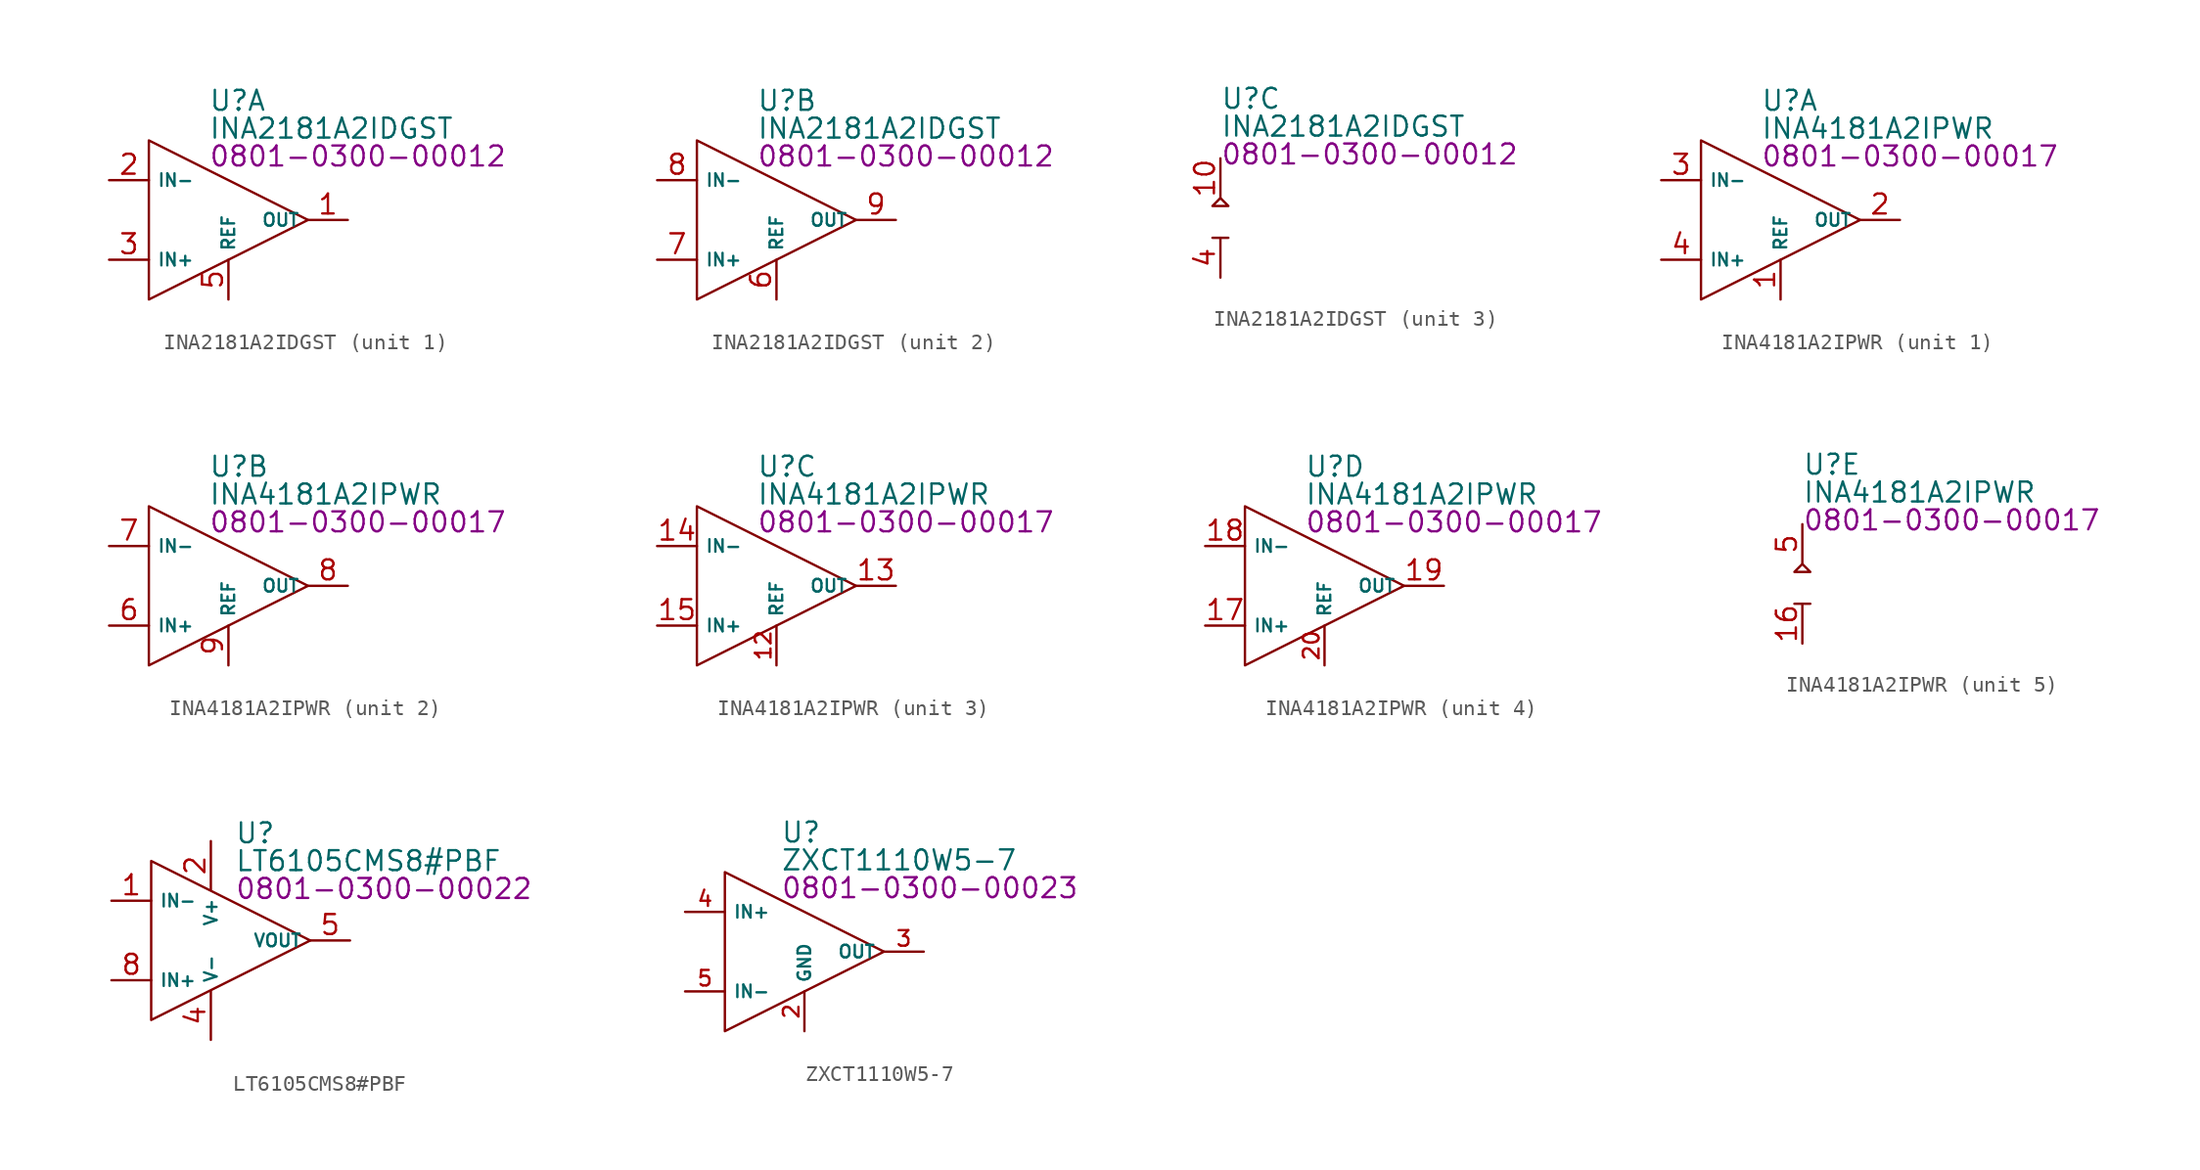
<source format=kicad_sym>
(kicad_symbol_lib
  (version 20231120)
  (generator "kicad_symbol_editor")
  (generator_version "8.0")
  (symbol "INA2181A2IDGST"
    (property "Reference" "U"
      (at 0 7.62 0)
      (effects (font (size 1.27 1.27)) (justify left)))
    (property "Value" "INA2181A2IDGST"
      (at 0 5.842 0)
      (effects (font (size 1.27 1.27)) (justify left)))
    (property "PartNumber" "0801-0300-00012"
      (at 0 4.064 0)
      (effects (font (size 1.27 1.27)) (justify left)))
    (property "ki_locked" ""
      (at 0 0 0)
      (effects (font (size 1.27 1.27))))
    (symbol "INA2181A2IDGST_1_0"
      (pin output line (at 8.89 0 180) (length 2.54) (name "OUT" (effects (font (size 0.8 0.8)))) (number "1" (effects (font (size 1.27 1.27)))))
      (pin input line (at -6.35 2.54 0) (length 2.54) (name "IN-" (effects (font (size 0.8 0.8)))) (number "2" (effects (font (size 1.27 1.27)))))
      (pin input line (at -6.35 -2.54 0) (length 2.54) (name "IN+" (effects (font (size 0.8 0.8)))) (number "3" (effects (font (size 1.27 1.27)))))
      (pin power_out line (at 1.27 -5.08 90) (length 2.54) (name "REF" (effects (font (size 0.8 0.8)))) (number "5" (effects (font (size 1.27 1.27))))))
    (symbol "INA2181A2IDGST_1_1"
      (polyline (pts (xy -3.81 5.08) (xy -3.81 -5.08) (xy 6.35 0) (xy -3.81 5.08)) (stroke (width 0) (type default)) (fill (type none))))
    (symbol "INA2181A2IDGST_2_0"
      (pin power_out line (at 1.27 -5.08 90) (length 2.54) (name "REF" (effects (font (size 0.8 0.8)))) (number "6" (effects (font (size 1.27 1.27)))))
      (pin input line (at -6.35 -2.54 0) (length 2.54) (name "IN+" (effects (font (size 0.8 0.8)))) (number "7" (effects (font (size 1.27 1.27)))))
      (pin input line (at -6.35 2.54 0) (length 2.54) (name "IN-" (effects (font (size 0.8 0.8)))) (number "8" (effects (font (size 1.27 1.27)))))
      (pin output line (at 8.89 0 180) (length 2.54) (name "OUT" (effects (font (size 0.8 0.8)))) (number "9" (effects (font (size 1.27 1.27))))))
    (symbol "INA2181A2IDGST_2_1"
      (polyline (pts (xy -3.81 5.08) (xy -3.81 -5.08) (xy 6.35 0) (xy -3.81 5.08)) (stroke (width 0) (type default)) (fill (type none))))
    (symbol "INA2181A2IDGST_3_0"
      (pin power_in line (at 0 3.81 270) (length 2.54) (name "~" (effects (font (size 1.27 1.27)))) (number "10" (effects (font (size 1.27 1.27)))))
      (pin power_in line (at 0 -3.81 90) (length 2.54) (name "~" (effects (font (size 1.27 1.27)))) (number "4" (effects (font (size 1.27 1.27))))))
    (symbol "INA2181A2IDGST_3_1"
      (polyline (pts (xy -0.508 -1.27) (xy 0.508 -1.27)) (stroke (width 0) (type default)) (fill (type none)))
      (polyline (pts (xy 0 1.27) (xy -0.508 0.762) (xy 0.508 0.762) (xy 0 1.27)) (stroke (width 0) (type default)) (fill (type none)))))
  (symbol "INA4181A2IPWR"
    (property "Reference" "U"
      (at 0 7.62 0)
      (effects (font (size 1.27 1.27)) (justify left)))
    (property "Value" "INA4181A2IPWR"
      (at 0 5.842 0)
      (effects (font (size 1.27 1.27)) (justify left)))
    (property "PartNumber" "0801-0300-00017"
      (at 0 4.064 0)
      (effects (font (size 1.27 1.27)) (justify left)))
    (property "ki_locked" ""
      (at 0 0 0)
      (effects (font (size 1.27 1.27))))
    (symbol "INA4181A2IPWR_0_0"
      (pin no_connect line (at -1.27 0 180) (length 2.54) hide (name "NC" (effects (font (size 1.27 1.27)))) (number "10" (effects (font (size 1.27 1.27)))))
      (pin no_connect line (at -1.27 0 180) (length 2.54) hide (name "NC" (effects (font (size 1.27 1.27)))) (number "11" (effects (font (size 1.27 1.27))))))
    (symbol "INA4181A2IPWR_1_0"
      (pin power_out line (at 1.27 -5.08 90) (length 2.54) (name "REF" (effects (font (size 0.8 0.8)))) (number "1" (effects (font (size 1.27 1.27)))))
      (pin output line (at 8.89 0 180) (length 2.54) (name "OUT" (effects (font (size 0.8 0.8)))) (number "2" (effects (font (size 1.27 1.27)))))
      (pin input line (at -6.35 2.54 0) (length 2.54) (name "IN-" (effects (font (size 0.8 0.8)))) (number "3" (effects (font (size 1.27 1.27)))))
      (pin input line (at -6.35 -2.54 0) (length 2.54) (name "IN+" (effects (font (size 0.8 0.8)))) (number "4" (effects (font (size 1.27 1.27))))))
    (symbol "INA4181A2IPWR_1_1"
      (polyline (pts (xy -3.81 5.08) (xy -3.81 -5.08) (xy 6.35 0) (xy -3.81 5.08)) (stroke (width 0) (type default)) (fill (type none))))
    (symbol "INA4181A2IPWR_2_0"
      (pin input line (at -6.35 -2.54 0) (length 2.54) (name "IN+" (effects (font (size 0.8 0.8)))) (number "6" (effects (font (size 1.27 1.27)))))
      (pin input line (at -6.35 2.54 0) (length 2.54) (name "IN-" (effects (font (size 0.8 0.8)))) (number "7" (effects (font (size 1.27 1.27)))))
      (pin output line (at 8.89 0 180) (length 2.54) (name "OUT" (effects (font (size 0.8 0.8)))) (number "8" (effects (font (size 1.27 1.27)))))
      (pin power_out line (at 1.27 -5.08 90) (length 2.54) (name "REF" (effects (font (size 0.8 0.8)))) (number "9" (effects (font (size 1.27 1.27))))))
    (symbol "INA4181A2IPWR_2_1"
      (polyline (pts (xy -3.81 5.08) (xy -3.81 -5.08) (xy 6.35 0) (xy -3.81 5.08)) (stroke (width 0) (type default)) (fill (type none))))
    (symbol "INA4181A2IPWR_3_0"
      (pin power_out line (at 1.27 -5.08 90) (length 2.54) (name "REF" (effects (font (size 0.8 0.8)))) (number "12" (effects (font (size 1 1)))))
      (pin output line (at 8.89 0 180) (length 2.54) (name "OUT" (effects (font (size 0.8 0.8)))) (number "13" (effects (font (size 1.27 1.27)))))
      (pin input line (at -6.35 2.54 0) (length 2.54) (name "IN-" (effects (font (size 0.8 0.8)))) (number "14" (effects (font (size 1.27 1.27)))))
      (pin input line (at -6.35 -2.54 0) (length 2.54) (name "IN+" (effects (font (size 0.8 0.8)))) (number "15" (effects (font (size 1.27 1.27))))))
    (symbol "INA4181A2IPWR_3_1"
      (polyline (pts (xy -3.81 5.08) (xy -3.81 -5.08) (xy 6.35 0) (xy -3.81 5.08)) (stroke (width 0) (type default)) (fill (type none))))
    (symbol "INA4181A2IPWR_4_0"
      (pin input line (at -6.35 -2.54 0) (length 2.54) (name "IN+" (effects (font (size 0.8 0.8)))) (number "17" (effects (font (size 1.27 1.27)))))
      (pin input line (at -6.35 2.54 0) (length 2.54) (name "IN-" (effects (font (size 0.8 0.8)))) (number "18" (effects (font (size 1.27 1.27)))))
      (pin output line (at 8.89 0 180) (length 2.54) (name "OUT" (effects (font (size 0.8 0.8)))) (number "19" (effects (font (size 1.27 1.27)))))
      (pin power_out line (at 1.27 -5.08 90) (length 2.54) (name "REF" (effects (font (size 0.8 0.8)))) (number "20" (effects (font (size 1 1))))))
    (symbol "INA4181A2IPWR_4_1"
      (polyline (pts (xy -3.81 5.08) (xy -3.81 -5.08) (xy 6.35 0) (xy -3.81 5.08)) (stroke (width 0) (type default)) (fill (type none))))
    (symbol "INA4181A2IPWR_5_0"
      (pin power_in line (at 0 -3.81 90) (length 2.54) (name "~" (effects (font (size 1.27 1.27)))) (number "16" (effects (font (size 1.27 1.27)))))
      (pin power_in line (at 0 3.81 270) (length 2.54) (name "~" (effects (font (size 1.27 1.27)))) (number "5" (effects (font (size 1.27 1.27))))))
    (symbol "INA4181A2IPWR_5_1"
      (polyline (pts (xy -0.508 -1.27) (xy 0.508 -1.27)) (stroke (width 0) (type default)) (fill (type none)))
      (polyline (pts (xy 0 1.27) (xy -0.508 0.762) (xy 0.508 0.762) (xy 0 1.27)) (stroke (width 0) (type default)) (fill (type none)))))
  (symbol "LT6105CMS8#PBF"
    (property "Reference" "U"
      (at 5.334 1.778 0)
      (effects (font (size 1.27 1.27)) (justify left)))
    (property "Value" "LT6105CMS8#PBF"
      (at 5.334 0 0)
      (effects (font (size 1.27 1.27)) (justify left)))
    (property "PartNumber" "0801-0300-00022"
      (at 5.334 -1.778 0)
      (effects (font (size 1.27 1.27)) (justify left)))
    (symbol "LT6105CMS8#PBF_0_0"
      (pin input line (at -2.54 -2.54 0) (length 2.54) (name "IN-" (effects (font (size 0.8 0.8)))) (number "1" (effects (font (size 1.27 1.27)))))
      (pin power_in line (at 3.81 1.27 270) (length 3.1) (name "V+" (effects (font (size 0.8 0.8)))) (number "2" (effects (font (size 1.27 1.27)))))
      (pin no_connect line (at 5.08 -10.16 0) (length 2.54) hide (name "NC" (effects (font (size 1.27 1.27)))) (number "3" (effects (font (size 1.27 1.27)))))
      (pin power_in line (at 3.81 -11.43 90) (length 3.1) (name "V-" (effects (font (size 0.8 0.8)))) (number "4" (effects (font (size 1.27 1.27)))))
      (pin open_emitter line (at 12.7 -5.08 180) (length 2.54) (name "VOUT" (effects (font (size 0.8 0.8)))) (number "5" (effects (font (size 1.27 1.27)))))
      (pin no_connect line (at 5.08 -10.16 0) (length 2.54) hide (name "NC" (effects (font (size 1.27 1.27)))) (number "6" (effects (font (size 1.27 1.27)))))
      (pin no_connect line (at 5.08 -10.16 0) (length 2.54) hide (name "NC" (effects (font (size 1.27 1.27)))) (number "7" (effects (font (size 1.27 1.27)))))
      (pin input line (at -2.54 -7.62 0) (length 2.54) (name "IN+" (effects (font (size 0.8 0.8)))) (number "8" (effects (font (size 1.27 1.27))))))
    (symbol "LT6105CMS8#PBF_0_1"
      (polyline (pts (xy 0 0) (xy 0 -10.16) (xy 10.16 -5.08) (xy 0 0)) (stroke (width 0) (type default)) (fill (type none)))))
  (symbol "ZXCT1110W5-7"
    (property "Reference" "U"
      (at 3.556 7.62 0)
      (effects (font (size 1.27 1.27)) (justify left)))
    (property "Value" "ZXCT1110W5-7"
      (at 3.556 5.842 0)
      (effects (font (size 1.27 1.27)) (justify left)))
    (property "PartNumber" "0801-0300-00023"
      (at 3.556 4.064 0)
      (effects (font (size 1.27 1.27)) (justify left)))
    (symbol "ZXCT1110W5-7_0_0"
      (pin no_connect line (at 1.27 0 0) (length 2.54) hide (name "NC" (effects (font (size 1.27 1.27)))) (number "1" (effects (font (size 0.991 0.991)))))
      (pin power_in line (at 5.08 -5.08 90) (length 2.54) (name "GND" (effects (font (size 0.8 0.8)))) (number "2" (effects (font (size 0.991 0.991)))))
      (pin output line (at 12.7 0 180) (length 2.54) (name "OUT" (effects (font (size 0.8 0.8)))) (number "3" (effects (font (size 0.991 0.991)))))
      (pin input line (at -2.54 2.54 0) (length 2.54) (name "IN+" (effects (font (size 0.8 0.8)))) (number "4" (effects (font (size 0.991 0.991)))))
      (pin input line (at -2.54 -2.54 0) (length 2.54) (name "IN-" (effects (font (size 0.8 0.8)))) (number "5" (effects (font (size 0.991 0.991))))))
    (symbol "ZXCT1110W5-7_1_1"
      (polyline (pts (xy 0 5.08) (xy 0 -5.08) (xy 10.16 0) (xy 0 5.08)) (stroke (width 0) (type default)) (fill (type none))))))
</source>
